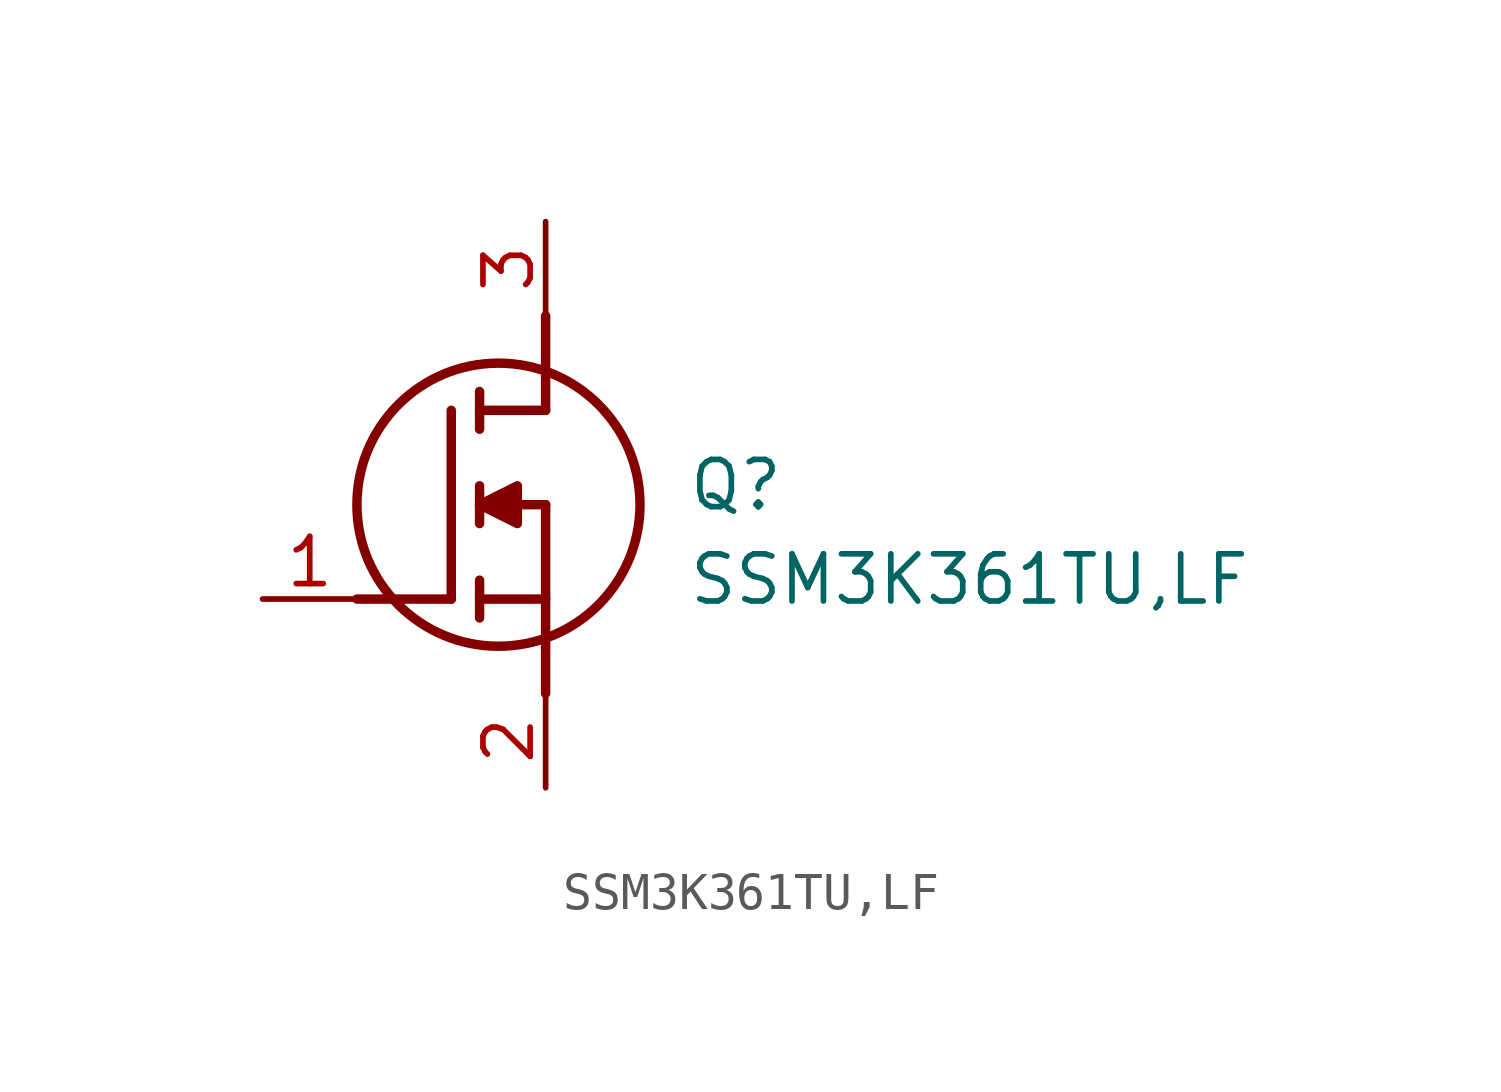
<source format=kicad_sym>
(kicad_symbol_lib
  (version 20211014)
  (generator SamacSys_ECAD_Model)
  (symbol "SSM3K361TU,LF"
    (pin_names hide)
    (property "Reference" "Q"
      (at 11.43 3.81 0)
      (effects (font (size 1.27 1.27)) (justify left top)))
    (property "Value" "SSM3K361TU,LF"
      (at 11.43 1.27 0)
      (effects (font (size 1.27 1.27)) (justify left top)))
    (polyline
      (pts (xy 7.62 2.54) (xy 7.62 -2.54))
      (stroke (width 0.254) (type default))
      (fill (type none)))
    (polyline
      (pts (xy 7.62 5.08) (xy 7.62 7.62))
      (stroke (width 0.254) (type default))
      (fill (type none)))
    (polyline
      (pts (xy 2.54 0) (xy 5.08 0))
      (stroke (width 0.254) (type default))
      (fill (type none)))
    (polyline
      (pts (xy 5.08 5.08) (xy 5.08 0))
      (stroke (width 0.254) (type default))
      (fill (type none)))
    (polyline
      (pts (xy 7.62 2.54) (xy 5.842 2.54))
      (stroke (width 0.254) (type default))
      (fill (type none)))
    (polyline
      (pts (xy 7.62 5.08) (xy 5.842 5.08))
      (stroke (width 0.254) (type default))
      (fill (type none)))
    (polyline
      (pts (xy 5.842 0) (xy 7.62 0))
      (stroke (width 0.254) (type default))
      (fill (type none)))
    (polyline
      (pts (xy 5.842 5.588) (xy 5.842 4.572))
      (stroke (width 0.254) (type default))
      (fill (type none)))
    (polyline
      (pts (xy 5.842 -0.508) (xy 5.842 0.508))
      (stroke (width 0.254) (type default))
      (fill (type none)))
    (polyline
      (pts (xy 5.842 2.032) (xy 5.842 3.048))
      (stroke (width 0.254) (type default))
      (fill (type none)))
    (circle
      (center 6.35 2.54)
      (radius 3.81)
      (stroke (width 0.254) (type default))
      (fill (type none)))
    (polyline
      (pts (xy 5.842 2.54) (xy 6.858 3.048) (xy 6.858 2.032) (xy 5.842 2.54))
      (stroke (width 0.254) (type default))
      (fill (type outline)))
    (pin passive line
      (at 0 0 0)
      (length 2.54)
      (name "G" (effects (font (size 1.27 1.27))))
      (number "1" (effects (font (size 1.27 1.27)))))
    (pin passive line
      (at 7.62 10.16 270)
      (length 2.54)
      (name "D" (effects (font (size 1.27 1.27))))
      (number "3" (effects (font (size 1.27 1.27)))))
    (pin passive line
      (at 7.62 -5.08 90)
      (length 2.54)
      (name "S" (effects (font (size 1.27 1.27))))
      (number "2" (effects (font (size 1.27 1.27)))))))
</source>
